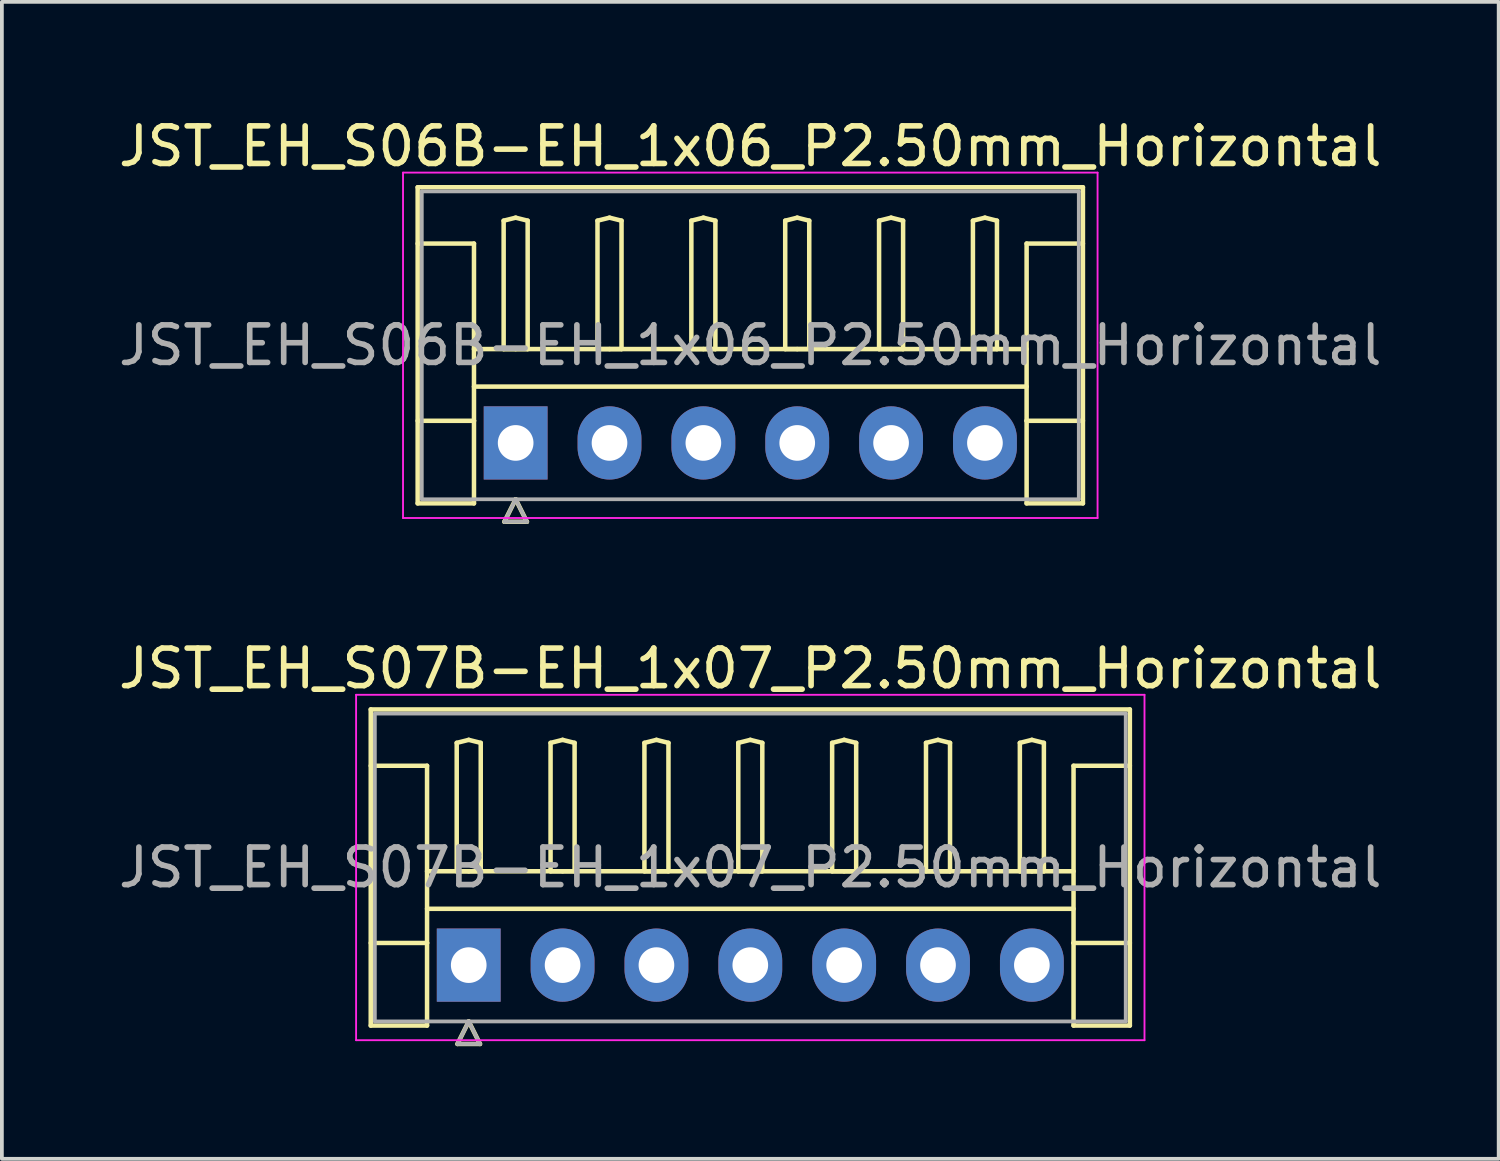
<source format=kicad_pcb>
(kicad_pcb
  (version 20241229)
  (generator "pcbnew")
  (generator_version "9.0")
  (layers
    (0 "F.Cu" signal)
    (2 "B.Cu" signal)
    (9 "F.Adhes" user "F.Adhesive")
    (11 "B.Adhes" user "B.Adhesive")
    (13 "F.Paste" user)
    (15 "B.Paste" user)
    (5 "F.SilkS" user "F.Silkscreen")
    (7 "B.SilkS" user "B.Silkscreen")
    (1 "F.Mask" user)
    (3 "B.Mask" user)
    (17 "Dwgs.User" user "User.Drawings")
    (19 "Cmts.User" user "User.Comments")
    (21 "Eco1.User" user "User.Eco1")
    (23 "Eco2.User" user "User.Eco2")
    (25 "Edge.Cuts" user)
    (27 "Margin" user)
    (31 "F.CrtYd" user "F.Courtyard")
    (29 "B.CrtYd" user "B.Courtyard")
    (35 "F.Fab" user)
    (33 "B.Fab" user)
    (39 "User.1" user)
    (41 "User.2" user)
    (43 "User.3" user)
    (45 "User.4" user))
  (footprint "JST_EH_S07B-EH_1x07_P2.50mm_Horizontal"
    (layer "F.Cu")
    (at 9.435 22.657)
    (property "Reference" "JST_EH_S07B-EH_1x07_P2.50mm_Horizontal" (at 7.5 -7.9 0) (layer "F.SilkS") (effects (font (size 1 1) (thickness 0.15))))
    (attr through_hole)
    (fp_line (start -2.61 -6.81) (end 17.61 -6.81) (stroke (width 0.12) (type solid)) (layer "F.SilkS"))
    (fp_line (start -2.61 -5.31) (end -1.11 -5.31) (stroke (width 0.12) (type solid)) (layer "F.SilkS"))
    (fp_line (start -2.61 1.61) (end -2.61 -6.81) (stroke (width 0.12) (type solid)) (layer "F.SilkS"))
    (fp_line (start -1.11 -5.31) (end -1.11 -0.59) (stroke (width 0.12) (type solid)) (layer "F.SilkS"))
    (fp_line (start -1.11 -2.5) (end 16.11 -2.5) (stroke (width 0.12) (type solid)) (layer "F.SilkS"))
    (fp_line (start -1.11 -1.5) (end 16.11 -1.5) (stroke (width 0.12) (type solid)) (layer "F.SilkS"))
    (fp_line (start -1.11 -0.59) (end -2.61 -0.59) (stroke (width 0.12) (type solid)) (layer "F.SilkS"))
    (fp_line (start -1.11 -0.59) (end -1.11 1.61) (stroke (width 0.12) (type solid)) (layer "F.SilkS"))
    (fp_line (start -1.11 1.61) (end -2.61 1.61) (stroke (width 0.12) (type solid)) (layer "F.SilkS"))
    (fp_line (start -0.32 -5.92) (end 0 -6) (stroke (width 0.12) (type solid)) (layer "F.SilkS"))
    (fp_line (start -0.32 -2.5) (end -0.32 -5.92) (stroke (width 0.12) (type solid)) (layer "F.SilkS"))
    (fp_line (start -0.3 2.1) (end 0.3 2.1) (stroke (width 0.12) (type solid)) (layer "F.SilkS"))
    (fp_line (start 0 -6) (end 0.32 -5.92) (stroke (width 0.12) (type solid)) (layer "F.SilkS"))
    (fp_line (start 0 -2.5) (end -0.32 -2.5) (stroke (width 0.12) (type solid)) (layer "F.SilkS"))
    (fp_line (start 0 1.5) (end -0.3 2.1) (stroke (width 0.12) (type solid)) (layer "F.SilkS"))
    (fp_line (start 0.3 2.1) (end 0 1.5) (stroke (width 0.12) (type solid)) (layer "F.SilkS"))
    (fp_line (start 0.32 -5.92) (end 0.32 -2.5) (stroke (width 0.12) (type solid)) (layer "F.SilkS"))
    (fp_line (start 0.32 -2.5) (end 0 -2.5) (stroke (width 0.12) (type solid)) (layer "F.SilkS"))
    (fp_line (start 2.18 -5.92) (end 2.5 -6) (stroke (width 0.12) (type solid)) (layer "F.SilkS"))
    (fp_line (start 2.18 -2.5) (end 2.18 -5.92) (stroke (width 0.12) (type solid)) (layer "F.SilkS"))
    (fp_line (start 2.5 -6) (end 2.82 -5.92) (stroke (width 0.12) (type solid)) (layer "F.SilkS"))
    (fp_line (start 2.5 -2.5) (end 2.18 -2.5) (stroke (width 0.12) (type solid)) (layer "F.SilkS"))
    (fp_line (start 2.82 -5.92) (end 2.82 -2.5) (stroke (width 0.12) (type solid)) (layer "F.SilkS"))
    (fp_line (start 2.82 -2.5) (end 2.5 -2.5) (stroke (width 0.12) (type solid)) (layer "F.SilkS"))
    (fp_line (start 4.68 -5.92) (end 5 -6) (stroke (width 0.12) (type solid)) (layer "F.SilkS"))
    (fp_line (start 4.68 -2.5) (end 4.68 -5.92) (stroke (width 0.12) (type solid)) (layer "F.SilkS"))
    (fp_line (start 5 -6) (end 5.32 -5.92) (stroke (width 0.12) (type solid)) (layer "F.SilkS"))
    (fp_line (start 5 -2.5) (end 4.68 -2.5) (stroke (width 0.12) (type solid)) (layer "F.SilkS"))
    (fp_line (start 5.32 -5.92) (end 5.32 -2.5) (stroke (width 0.12) (type solid)) (layer "F.SilkS"))
    (fp_line (start 5.32 -2.5) (end 5 -2.5) (stroke (width 0.12) (type solid)) (layer "F.SilkS"))
    (fp_line (start 7.18 -5.92) (end 7.5 -6) (stroke (width 0.12) (type solid)) (layer "F.SilkS"))
    (fp_line (start 7.18 -2.5) (end 7.18 -5.92) (stroke (width 0.12) (type solid)) (layer "F.SilkS"))
    (fp_line (start 7.5 -6) (end 7.82 -5.92) (stroke (width 0.12) (type solid)) (layer "F.SilkS"))
    (fp_line (start 7.5 -2.5) (end 7.18 -2.5) (stroke (width 0.12) (type solid)) (layer "F.SilkS"))
    (fp_line (start 7.82 -5.92) (end 7.82 -2.5) (stroke (width 0.12) (type solid)) (layer "F.SilkS"))
    (fp_line (start 7.82 -2.5) (end 7.5 -2.5) (stroke (width 0.12) (type solid)) (layer "F.SilkS"))
    (fp_line (start 9.68 -5.92) (end 10 -6) (stroke (width 0.12) (type solid)) (layer "F.SilkS"))
    (fp_line (start 9.68 -2.5) (end 9.68 -5.92) (stroke (width 0.12) (type solid)) (layer "F.SilkS"))
    (fp_line (start 10 -6) (end 10.32 -5.92) (stroke (width 0.12) (type solid)) (layer "F.SilkS"))
    (fp_line (start 10 -2.5) (end 9.68 -2.5) (stroke (width 0.12) (type solid)) (layer "F.SilkS"))
    (fp_line (start 10.32 -5.92) (end 10.32 -2.5) (stroke (width 0.12) (type solid)) (layer "F.SilkS"))
    (fp_line (start 10.32 -2.5) (end 10 -2.5) (stroke (width 0.12) (type solid)) (layer "F.SilkS"))
    (fp_line (start 12.18 -5.92) (end 12.5 -6) (stroke (width 0.12) (type solid)) (layer "F.SilkS"))
    (fp_line (start 12.18 -2.5) (end 12.18 -5.92) (stroke (width 0.12) (type solid)) (layer "F.SilkS"))
    (fp_line (start 12.5 -6) (end 12.82 -5.92) (stroke (width 0.12) (type solid)) (layer "F.SilkS"))
    (fp_line (start 12.5 -2.5) (end 12.18 -2.5) (stroke (width 0.12) (type solid)) (layer "F.SilkS"))
    (fp_line (start 12.82 -5.92) (end 12.82 -2.5) (stroke (width 0.12) (type solid)) (layer "F.SilkS"))
    (fp_line (start 12.82 -2.5) (end 12.5 -2.5) (stroke (width 0.12) (type solid)) (layer "F.SilkS"))
    (fp_line (start 14.68 -5.92) (end 15 -6) (stroke (width 0.12) (type solid)) (layer "F.SilkS"))
    (fp_line (start 14.68 -2.5) (end 14.68 -5.92) (stroke (width 0.12) (type solid)) (layer "F.SilkS"))
    (fp_line (start 15 -6) (end 15.32 -5.92) (stroke (width 0.12) (type solid)) (layer "F.SilkS"))
    (fp_line (start 15 -2.5) (end 14.68 -2.5) (stroke (width 0.12) (type solid)) (layer "F.SilkS"))
    (fp_line (start 15.32 -5.92) (end 15.32 -2.5) (stroke (width 0.12) (type solid)) (layer "F.SilkS"))
    (fp_line (start 15.32 -2.5) (end 15 -2.5) (stroke (width 0.12) (type solid)) (layer "F.SilkS"))
    (fp_line (start 16.11 -5.31) (end 16.11 -0.59) (stroke (width 0.12) (type solid)) (layer "F.SilkS"))
    (fp_line (start 16.11 -0.59) (end 17.61 -0.59) (stroke (width 0.12) (type solid)) (layer "F.SilkS"))
    (fp_line (start 16.11 1.61) (end 16.11 -0.59) (stroke (width 0.12) (type solid)) (layer "F.SilkS"))
    (fp_line (start 17.61 -6.81) (end 17.61 1.61) (stroke (width 0.12) (type solid)) (layer "F.SilkS"))
    (fp_line (start 17.61 -5.31) (end 16.11 -5.31) (stroke (width 0.12) (type solid)) (layer "F.SilkS"))
    (fp_line (start 17.61 1.61) (end 16.11 1.61) (stroke (width 0.12) (type solid)) (layer "F.SilkS"))
    (fp_line (start -3 -7.2) (end -3 2) (stroke (width 0.05) (type solid)) (layer "F.CrtYd"))
    (fp_line (start -3 2) (end 18 2) (stroke (width 0.05) (type solid)) (layer "F.CrtYd"))
    (fp_line (start 18 -7.2) (end -3 -7.2) (stroke (width 0.05) (type solid)) (layer "F.CrtYd"))
    (fp_line (start 18 2) (end 18 -7.2) (stroke (width 0.05) (type solid)) (layer "F.CrtYd"))
    (fp_line (start -2.5 -6.7) (end -2.5 1.5) (stroke (width 0.1) (type solid)) (layer "F.Fab"))
    (fp_line (start -2.5 1.5) (end 17.5 1.5) (stroke (width 0.1) (type solid)) (layer "F.Fab"))
    (fp_line (start -0.3 2.1) (end 0.3 2.1) (stroke (width 0.1) (type solid)) (layer "F.Fab"))
    (fp_line (start 0 1.5) (end -0.3 2.1) (stroke (width 0.1) (type solid)) (layer "F.Fab"))
    (fp_line (start 0.3 2.1) (end 0 1.5) (stroke (width 0.1) (type solid)) (layer "F.Fab"))
    (fp_line (start 17.5 -6.7) (end -2.5 -6.7) (stroke (width 0.1) (type solid)) (layer "F.Fab"))
    (fp_line (start 17.5 1.5) (end 17.5 -6.7) (stroke (width 0.1) (type solid)) (layer "F.Fab"))
    (fp_text user "${REFERENCE}" (at 7.5 -2.6 0) (layer "F.Fab") (effects (font (size 1 1) (thickness 0.15))))
    (pad "1" thru_hole rect (at 0 0) (size 1.7 1.95) (drill 0.95) (layers "*.Cu" "*.Mask"))
    (pad "2" thru_hole oval (at 2.5 0) (size 1.7 1.95) (drill 0.95) (layers "*.Cu" "*.Mask"))
    (pad "3" thru_hole oval (at 5 0) (size 1.7 1.95) (drill 0.95) (layers "*.Cu" "*.Mask"))
    (pad "4" thru_hole oval (at 7.5 0) (size 1.7 1.95) (drill 0.95) (layers "*.Cu" "*.Mask"))
    (pad "5" thru_hole oval (at 10 0) (size 1.7 1.95) (drill 0.95) (layers "*.Cu" "*.Mask"))
    (pad "6" thru_hole oval (at 12.5 0) (size 1.7 1.95) (drill 0.95) (layers "*.Cu" "*.Mask"))
    (pad "7" thru_hole oval (at 15 0) (size 1.7 1.95) (drill 0.95) (layers "*.Cu" "*.Mask")))
  (footprint "JST_EH_S06B-EH_1x06_P2.50mm_Horizontal"
    (layer "F.Cu")
    (at 10.685 8.748)
    (property "Reference" "JST_EH_S06B-EH_1x06_P2.50mm_Horizontal" (at 6.25 -7.9 0) (layer "F.SilkS") (effects (font (size 1 1) (thickness 0.15))))
    (attr through_hole)
    (fp_line (start -2.61 -6.81) (end 15.11 -6.81) (stroke (width 0.12) (type solid)) (layer "F.SilkS"))
    (fp_line (start -2.61 -5.31) (end -1.11 -5.31) (stroke (width 0.12) (type solid)) (layer "F.SilkS"))
    (fp_line (start -2.61 1.61) (end -2.61 -6.81) (stroke (width 0.12) (type solid)) (layer "F.SilkS"))
    (fp_line (start -1.11 -5.31) (end -1.11 -0.59) (stroke (width 0.12) (type solid)) (layer "F.SilkS"))
    (fp_line (start -1.11 -2.5) (end 13.61 -2.5) (stroke (width 0.12) (type solid)) (layer "F.SilkS"))
    (fp_line (start -1.11 -1.5) (end 13.61 -1.5) (stroke (width 0.12) (type solid)) (layer "F.SilkS"))
    (fp_line (start -1.11 -0.59) (end -2.61 -0.59) (stroke (width 0.12) (type solid)) (layer "F.SilkS"))
    (fp_line (start -1.11 -0.59) (end -1.11 1.61) (stroke (width 0.12) (type solid)) (layer "F.SilkS"))
    (fp_line (start -1.11 1.61) (end -2.61 1.61) (stroke (width 0.12) (type solid)) (layer "F.SilkS"))
    (fp_line (start -0.32 -5.92) (end 0 -6) (stroke (width 0.12) (type solid)) (layer "F.SilkS"))
    (fp_line (start -0.32 -2.5) (end -0.32 -5.92) (stroke (width 0.12) (type solid)) (layer "F.SilkS"))
    (fp_line (start -0.3 2.1) (end 0.3 2.1) (stroke (width 0.12) (type solid)) (layer "F.SilkS"))
    (fp_line (start 0 -6) (end 0.32 -5.92) (stroke (width 0.12) (type solid)) (layer "F.SilkS"))
    (fp_line (start 0 -2.5) (end -0.32 -2.5) (stroke (width 0.12) (type solid)) (layer "F.SilkS"))
    (fp_line (start 0 1.5) (end -0.3 2.1) (stroke (width 0.12) (type solid)) (layer "F.SilkS"))
    (fp_line (start 0.3 2.1) (end 0 1.5) (stroke (width 0.12) (type solid)) (layer "F.SilkS"))
    (fp_line (start 0.32 -5.92) (end 0.32 -2.5) (stroke (width 0.12) (type solid)) (layer "F.SilkS"))
    (fp_line (start 0.32 -2.5) (end 0 -2.5) (stroke (width 0.12) (type solid)) (layer "F.SilkS"))
    (fp_line (start 2.18 -5.92) (end 2.5 -6) (stroke (width 0.12) (type solid)) (layer "F.SilkS"))
    (fp_line (start 2.18 -2.5) (end 2.18 -5.92) (stroke (width 0.12) (type solid)) (layer "F.SilkS"))
    (fp_line (start 2.5 -6) (end 2.82 -5.92) (stroke (width 0.12) (type solid)) (layer "F.SilkS"))
    (fp_line (start 2.5 -2.5) (end 2.18 -2.5) (stroke (width 0.12) (type solid)) (layer "F.SilkS"))
    (fp_line (start 2.82 -5.92) (end 2.82 -2.5) (stroke (width 0.12) (type solid)) (layer "F.SilkS"))
    (fp_line (start 2.82 -2.5) (end 2.5 -2.5) (stroke (width 0.12) (type solid)) (layer "F.SilkS"))
    (fp_line (start 4.68 -5.92) (end 5 -6) (stroke (width 0.12) (type solid)) (layer "F.SilkS"))
    (fp_line (start 4.68 -2.5) (end 4.68 -5.92) (stroke (width 0.12) (type solid)) (layer "F.SilkS"))
    (fp_line (start 5 -6) (end 5.32 -5.92) (stroke (width 0.12) (type solid)) (layer "F.SilkS"))
    (fp_line (start 5 -2.5) (end 4.68 -2.5) (stroke (width 0.12) (type solid)) (layer "F.SilkS"))
    (fp_line (start 5.32 -5.92) (end 5.32 -2.5) (stroke (width 0.12) (type solid)) (layer "F.SilkS"))
    (fp_line (start 5.32 -2.5) (end 5 -2.5) (stroke (width 0.12) (type solid)) (layer "F.SilkS"))
    (fp_line (start 7.18 -5.92) (end 7.5 -6) (stroke (width 0.12) (type solid)) (layer "F.SilkS"))
    (fp_line (start 7.18 -2.5) (end 7.18 -5.92) (stroke (width 0.12) (type solid)) (layer "F.SilkS"))
    (fp_line (start 7.5 -6) (end 7.82 -5.92) (stroke (width 0.12) (type solid)) (layer "F.SilkS"))
    (fp_line (start 7.5 -2.5) (end 7.18 -2.5) (stroke (width 0.12) (type solid)) (layer "F.SilkS"))
    (fp_line (start 7.82 -5.92) (end 7.82 -2.5) (stroke (width 0.12) (type solid)) (layer "F.SilkS"))
    (fp_line (start 7.82 -2.5) (end 7.5 -2.5) (stroke (width 0.12) (type solid)) (layer "F.SilkS"))
    (fp_line (start 9.68 -5.92) (end 10 -6) (stroke (width 0.12) (type solid)) (layer "F.SilkS"))
    (fp_line (start 9.68 -2.5) (end 9.68 -5.92) (stroke (width 0.12) (type solid)) (layer "F.SilkS"))
    (fp_line (start 10 -6) (end 10.32 -5.92) (stroke (width 0.12) (type solid)) (layer "F.SilkS"))
    (fp_line (start 10 -2.5) (end 9.68 -2.5) (stroke (width 0.12) (type solid)) (layer "F.SilkS"))
    (fp_line (start 10.32 -5.92) (end 10.32 -2.5) (stroke (width 0.12) (type solid)) (layer "F.SilkS"))
    (fp_line (start 10.32 -2.5) (end 10 -2.5) (stroke (width 0.12) (type solid)) (layer "F.SilkS"))
    (fp_line (start 12.18 -5.92) (end 12.5 -6) (stroke (width 0.12) (type solid)) (layer "F.SilkS"))
    (fp_line (start 12.18 -2.5) (end 12.18 -5.92) (stroke (width 0.12) (type solid)) (layer "F.SilkS"))
    (fp_line (start 12.5 -6) (end 12.82 -5.92) (stroke (width 0.12) (type solid)) (layer "F.SilkS"))
    (fp_line (start 12.5 -2.5) (end 12.18 -2.5) (stroke (width 0.12) (type solid)) (layer "F.SilkS"))
    (fp_line (start 12.82 -5.92) (end 12.82 -2.5) (stroke (width 0.12) (type solid)) (layer "F.SilkS"))
    (fp_line (start 12.82 -2.5) (end 12.5 -2.5) (stroke (width 0.12) (type solid)) (layer "F.SilkS"))
    (fp_line (start 13.61 -5.31) (end 13.61 -0.59) (stroke (width 0.12) (type solid)) (layer "F.SilkS"))
    (fp_line (start 13.61 -0.59) (end 15.11 -0.59) (stroke (width 0.12) (type solid)) (layer "F.SilkS"))
    (fp_line (start 13.61 1.61) (end 13.61 -0.59) (stroke (width 0.12) (type solid)) (layer "F.SilkS"))
    (fp_line (start 15.11 -6.81) (end 15.11 1.61) (stroke (width 0.12) (type solid)) (layer "F.SilkS"))
    (fp_line (start 15.11 -5.31) (end 13.61 -5.31) (stroke (width 0.12) (type solid)) (layer "F.SilkS"))
    (fp_line (start 15.11 1.61) (end 13.61 1.61) (stroke (width 0.12) (type solid)) (layer "F.SilkS"))
    (fp_line (start -3 -7.2) (end -3 2) (stroke (width 0.05) (type solid)) (layer "F.CrtYd"))
    (fp_line (start -3 2) (end 15.5 2) (stroke (width 0.05) (type solid)) (layer "F.CrtYd"))
    (fp_line (start 15.5 -7.2) (end -3 -7.2) (stroke (width 0.05) (type solid)) (layer "F.CrtYd"))
    (fp_line (start 15.5 2) (end 15.5 -7.2) (stroke (width 0.05) (type solid)) (layer "F.CrtYd"))
    (fp_line (start -2.5 -6.7) (end -2.5 1.5) (stroke (width 0.1) (type solid)) (layer "F.Fab"))
    (fp_line (start -2.5 1.5) (end 15 1.5) (stroke (width 0.1) (type solid)) (layer "F.Fab"))
    (fp_line (start -0.3 2.1) (end 0.3 2.1) (stroke (width 0.1) (type solid)) (layer "F.Fab"))
    (fp_line (start 0 1.5) (end -0.3 2.1) (stroke (width 0.1) (type solid)) (layer "F.Fab"))
    (fp_line (start 0.3 2.1) (end 0 1.5) (stroke (width 0.1) (type solid)) (layer "F.Fab"))
    (fp_line (start 15 -6.7) (end -2.5 -6.7) (stroke (width 0.1) (type solid)) (layer "F.Fab"))
    (fp_line (start 15 1.5) (end 15 -6.7) (stroke (width 0.1) (type solid)) (layer "F.Fab"))
    (fp_text user "${REFERENCE}" (at 6.25 -2.6 0) (layer "F.Fab") (effects (font (size 1 1) (thickness 0.15))))
    (pad "1" thru_hole rect (at 0 0) (size 1.7 1.95) (drill 0.95) (layers "*.Cu" "*.Mask"))
    (pad "2" thru_hole oval (at 2.5 0) (size 1.7 1.95) (drill 0.95) (layers "*.Cu" "*.Mask"))
    (pad "3" thru_hole oval (at 5 0) (size 1.7 1.95) (drill 0.95) (layers "*.Cu" "*.Mask"))
    (pad "4" thru_hole oval (at 7.5 0) (size 1.7 1.95) (drill 0.95) (layers "*.Cu" "*.Mask"))
    (pad "5" thru_hole oval (at 10 0) (size 1.7 1.95) (drill 0.95) (layers "*.Cu" "*.Mask"))
    (pad "6" thru_hole oval (at 12.5 0) (size 1.7 1.95) (drill 0.95) (layers "*.Cu" "*.Mask")))
  (gr_rect
    (start -3 -3)
    (end 36.869 27.817)
    (stroke (width 0.1) (type default))
    (fill no)
    (layer "Edge.Cuts")))
</source>
